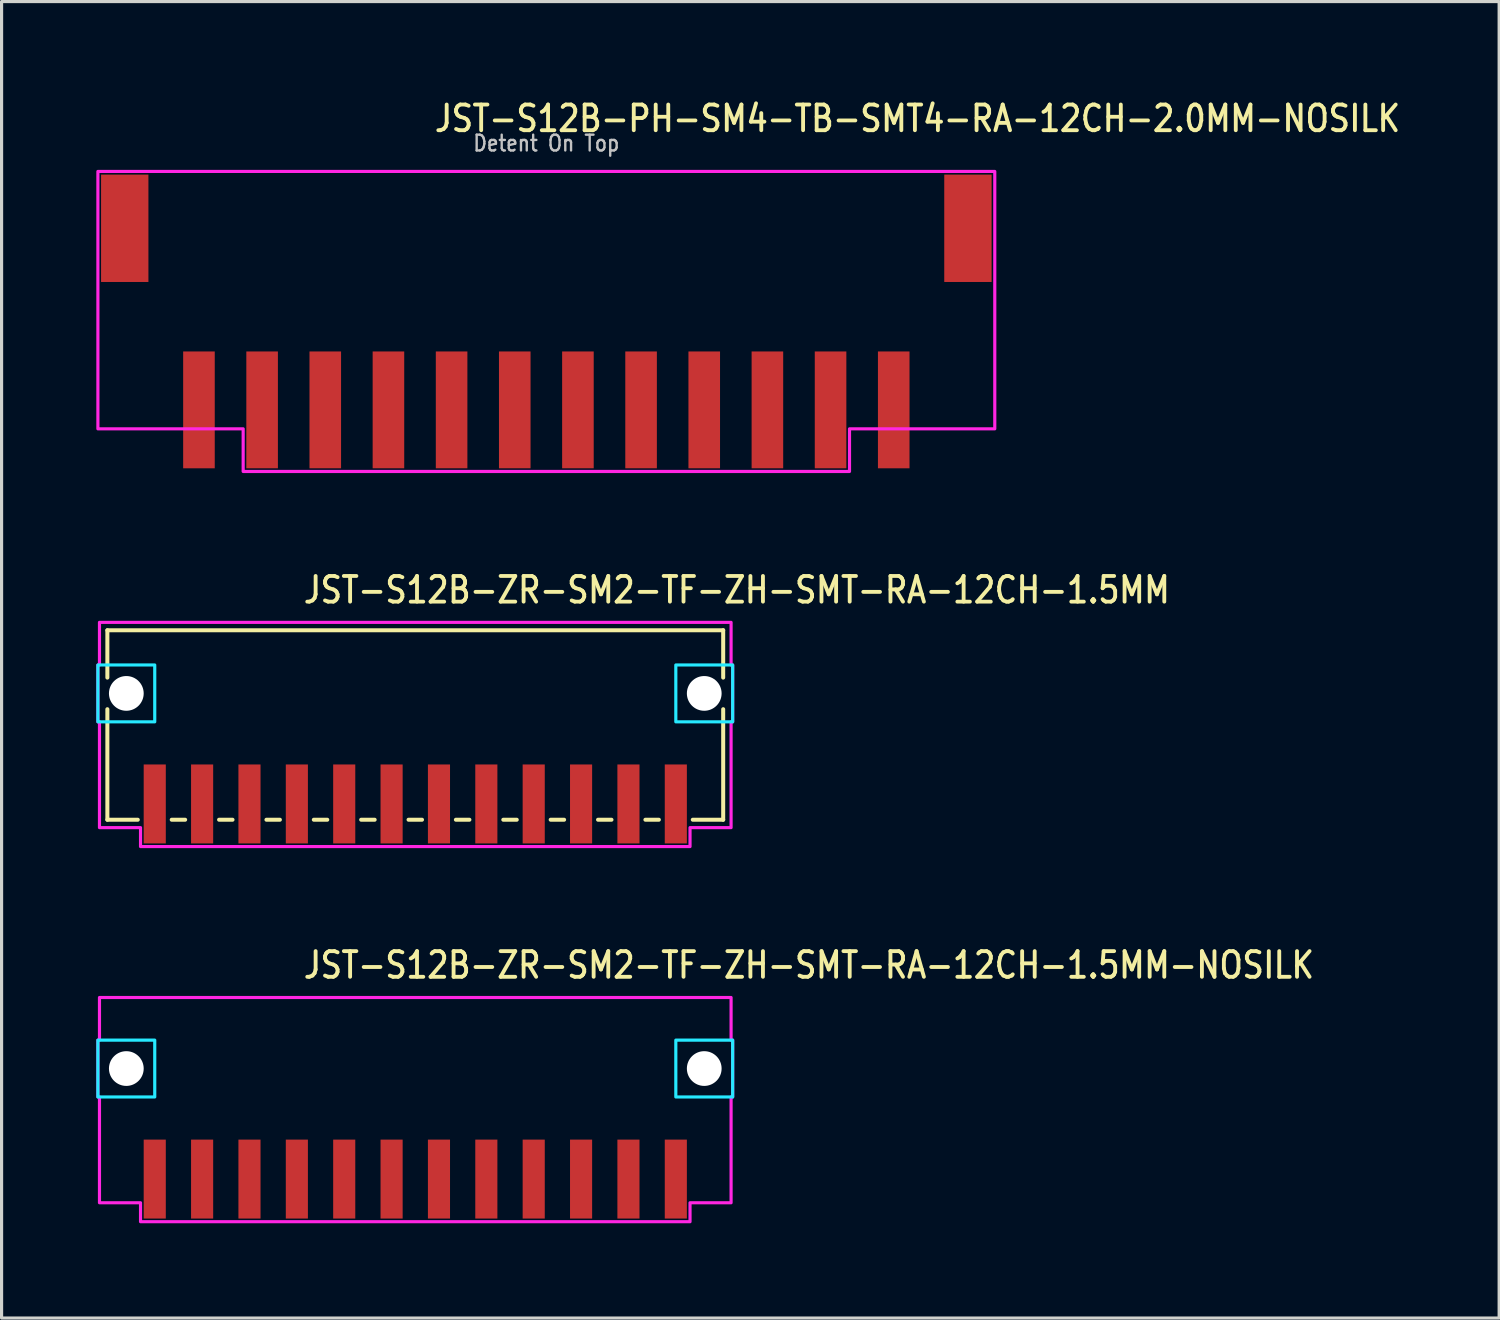
<source format=kicad_pcb>
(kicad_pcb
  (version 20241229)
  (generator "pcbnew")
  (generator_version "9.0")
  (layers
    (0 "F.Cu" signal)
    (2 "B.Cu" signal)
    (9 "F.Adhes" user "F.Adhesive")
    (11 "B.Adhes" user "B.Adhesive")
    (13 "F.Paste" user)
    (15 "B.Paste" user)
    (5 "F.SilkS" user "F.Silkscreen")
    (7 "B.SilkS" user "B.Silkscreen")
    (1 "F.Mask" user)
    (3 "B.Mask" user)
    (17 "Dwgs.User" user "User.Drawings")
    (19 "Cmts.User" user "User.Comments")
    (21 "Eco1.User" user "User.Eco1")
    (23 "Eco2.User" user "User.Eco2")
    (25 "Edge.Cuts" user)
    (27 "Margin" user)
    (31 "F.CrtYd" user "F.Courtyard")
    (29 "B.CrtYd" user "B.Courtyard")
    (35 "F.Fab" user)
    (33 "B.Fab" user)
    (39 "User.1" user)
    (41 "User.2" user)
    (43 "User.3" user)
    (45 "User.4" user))
  (footprint "JST-S12B-ZR-SM2-TF-ZH-SMT-RA-12CH-1.5MM"
    (layer "F.Cu")
    (at 10.1 18.907)
    (property "Reference" "JST-S12B-ZR-SM2-TF-ZH-SMT-RA-12CH-1.5MM" (at -3.6 -2.8 0) (unlocked yes) (layer "F.SilkS") (effects (font (size 0.813 0.695) (thickness 0.122)) (justify left bottom)))
    (fp_line (start -9.75 -2) (end -9.75 -0.5) (stroke (width 0.127) (type solid)) (layer "F.SilkS"))
    (fp_line (start -9.75 -2) (end 9.75 -2) (stroke (width 0.127) (type solid)) (layer "F.SilkS"))
    (fp_line (start -9.75 4) (end -9.75 0.5) (stroke (width 0.127) (type solid)) (layer "F.SilkS"))
    (fp_line (start -9.75 4) (end -8.787 4) (stroke (width 0.127) (type solid)) (layer "F.SilkS"))
    (fp_line (start -7.713 4) (end -7.287 4) (stroke (width 0.127) (type solid)) (layer "F.SilkS"))
    (fp_line (start -6.213 4) (end -5.787 4) (stroke (width 0.127) (type solid)) (layer "F.SilkS"))
    (fp_line (start -4.713 4) (end -4.287 4) (stroke (width 0.127) (type solid)) (layer "F.SilkS"))
    (fp_line (start -3.213 4) (end -2.787 4) (stroke (width 0.127) (type solid)) (layer "F.SilkS"))
    (fp_line (start -1.714 4) (end -1.286 4) (stroke (width 0.127) (type solid)) (layer "F.SilkS"))
    (fp_line (start -0.213 4) (end 0.213 4) (stroke (width 0.127) (type solid)) (layer "F.SilkS"))
    (fp_line (start 1.286 4) (end 1.714 4) (stroke (width 0.127) (type solid)) (layer "F.SilkS"))
    (fp_line (start 2.787 4) (end 3.213 4) (stroke (width 0.127) (type solid)) (layer "F.SilkS"))
    (fp_line (start 4.287 4) (end 4.713 4) (stroke (width 0.127) (type solid)) (layer "F.SilkS"))
    (fp_line (start 5.787 4) (end 6.213 4) (stroke (width 0.127) (type solid)) (layer "F.SilkS"))
    (fp_line (start 7.287 4) (end 7.713 4) (stroke (width 0.127) (type solid)) (layer "F.SilkS"))
    (fp_line (start 8.787 4) (end 9.75 4) (stroke (width 0.127) (type solid)) (layer "F.SilkS"))
    (fp_line (start 9.75 -0.5) (end 9.75 -2) (stroke (width 0.127) (type solid)) (layer "F.SilkS"))
    (fp_line (start 9.75 0.5) (end 9.75 4) (stroke (width 0.127) (type solid)) (layer "F.SilkS"))
    (fp_poly (pts (xy -10.05 -0.9) (xy -10.05 0.9) (xy -8.25 0.9) (xy -8.25 -0.9)) (stroke (width 0.1) (type solid)) (fill no) (layer "B.CrtYd"))
    (fp_poly (pts (xy 10.05 -0.9) (xy 10.05 0.9) (xy 8.25 0.9) (xy 8.25 -0.9)) (stroke (width 0.1) (type solid)) (fill no) (layer "B.CrtYd"))
    (fp_poly (pts (xy -10 -2.25) (xy -10 -0.9) (xy -10.05 -0.9) (xy -10.05 0.9) (xy -10 0.9) (xy -10 4.25) (xy -8.7 4.25) (xy -8.7 4.85) (xy 8.7 4.85) (xy 8.7 4.25) (xy 10 4.25) (xy 10 0.9) (xy 10.05 0.9) (xy 10.05 -0.9) (xy 10 -0.9) (xy 10 -2.25)) (stroke (width 0.1) (type solid)) (fill no) (layer "F.CrtYd"))
    (pad "" np_thru_hole circle (at -9.15 0) (size 1.1 1.1) (drill 1.1) (layers "*.Cu" "*.Mask"))
    (pad "" np_thru_hole circle (at 9.15 0) (size 1.1 1.1) (drill 1.1) (layers "*.Cu" "*.Mask"))
    (pad "1" smd rect (at 8.25 3.5) (size 0.7 2.5) (layers "F.Cu" "F.Mask" "F.Paste"))
    (pad "2" smd rect (at 6.75 3.5) (size 0.7 2.5) (layers "F.Cu" "F.Mask" "F.Paste"))
    (pad "3" smd rect (at 5.25 3.5) (size 0.7 2.5) (layers "F.Cu" "F.Mask" "F.Paste"))
    (pad "4" smd rect (at 3.75 3.5) (size 0.7 2.5) (layers "F.Cu" "F.Mask" "F.Paste"))
    (pad "5" smd rect (at 2.25 3.5) (size 0.7 2.5) (layers "F.Cu" "F.Mask" "F.Paste"))
    (pad "6" smd rect (at 0.75 3.5) (size 0.7 2.5) (layers "F.Cu" "F.Mask" "F.Paste"))
    (pad "7" smd rect (at -0.75 3.5) (size 0.7 2.5) (layers "F.Cu" "F.Mask" "F.Paste"))
    (pad "8" smd rect (at -2.25 3.5) (size 0.7 2.5) (layers "F.Cu" "F.Mask" "F.Paste"))
    (pad "9" smd rect (at -3.75 3.5) (size 0.7 2.5) (layers "F.Cu" "F.Mask" "F.Paste"))
    (pad "10" smd rect (at -5.25 3.5) (size 0.7 2.5) (layers "F.Cu" "F.Mask" "F.Paste"))
    (pad "11" smd rect (at -6.75 3.5) (size 0.7 2.5) (layers "F.Cu" "F.Mask" "F.Paste"))
    (pad "12" smd rect (at -8.25 3.5) (size 0.7 2.5) (layers "F.Cu" "F.Mask" "F.Paste")))
  (footprint "JST-S12B-PH-SM4-TB-SMT4-RA-12CH-2.0MM-NOSILK"
    (layer "F.Cu")
    (at 14.25 4.179)
    (property "Reference" "JST-S12B-PH-SM4-TB-SMT4-RA-12CH-2.0MM-NOSILK" (at -3.6 -3 0) (unlocked yes) (layer "F.SilkS") (effects (font (size 0.813 0.695) (thickness 0.122)) (justify left bottom)))
    (fp_poly (pts (xy -14.2 -1.8) (xy -14.2 6.35) (xy -9.6 6.35) (xy -9.6 7.7) (xy 9.6 7.7) (xy 9.6 6.35) (xy 14.2 6.35) (xy 14.2 -1.8)) (stroke (width 0.1) (type solid)) (fill no) (layer "F.CrtYd"))
    (fp_text user "Detent On Top" (at 0 -2.4 0) (unlocked yes) (layer "Dwgs.User") (effects (font (size 0.5 0.427) (thickness 0.075)) (justify bottom)))
    (pad "1" smd rect (at 11 5.75) (size 1 3.7) (layers "F.Cu" "F.Mask" "F.Paste"))
    (pad "2" smd rect (at 9 5.75) (size 1 3.7) (layers "F.Cu" "F.Mask" "F.Paste"))
    (pad "3" smd rect (at 7 5.75) (size 1 3.7) (layers "F.Cu" "F.Mask" "F.Paste"))
    (pad "4" smd rect (at 5 5.75) (size 1 3.7) (layers "F.Cu" "F.Mask" "F.Paste"))
    (pad "5" smd rect (at 3 5.75) (size 1 3.7) (layers "F.Cu" "F.Mask" "F.Paste"))
    (pad "6" smd rect (at 1 5.75) (size 1 3.7) (layers "F.Cu" "F.Mask" "F.Paste"))
    (pad "7" smd rect (at -1 5.75) (size 1 3.7) (layers "F.Cu" "F.Mask" "F.Paste"))
    (pad "8" smd rect (at -3 5.75) (size 1 3.7) (layers "F.Cu" "F.Mask" "F.Paste"))
    (pad "9" smd rect (at -5 5.75) (size 1 3.7) (layers "F.Cu" "F.Mask" "F.Paste"))
    (pad "10" smd rect (at -7 5.75) (size 1 3.7) (layers "F.Cu" "F.Mask" "F.Paste"))
    (pad "11" smd rect (at -9 5.75) (size 1 3.7) (layers "F.Cu" "F.Mask" "F.Paste"))
    (pad "12" smd rect (at -11 5.75) (size 1 3.7) (layers "F.Cu" "F.Mask" "F.Paste"))
    (pad "S_1" smd rect (at -13.35 0) (size 1.5 3.4) (layers "F.Cu" "F.Mask" "F.Paste"))
    (pad "S_2" smd rect (at 13.35 0) (size 1.5 3.4) (layers "F.Cu" "F.Mask" "F.Paste")))
  (footprint "JST-S12B-ZR-SM2-TF-ZH-SMT-RA-12CH-1.5MM-NOSILK"
    (layer "F.Cu")
    (at 10.1 30.786)
    (property "Reference" "JST-S12B-ZR-SM2-TF-ZH-SMT-RA-12CH-1.5MM-NOSILK" (at -3.6 -2.8 0) (unlocked yes) (layer "F.SilkS") (effects (font (size 0.813 0.695) (thickness 0.122)) (justify left bottom)))
    (fp_poly (pts (xy -10.05 -0.9) (xy -10.05 0.9) (xy -8.25 0.9) (xy -8.25 -0.9)) (stroke (width 0.1) (type solid)) (fill no) (layer "B.CrtYd"))
    (fp_poly (pts (xy 10.05 -0.9) (xy 10.05 0.9) (xy 8.25 0.9) (xy 8.25 -0.9)) (stroke (width 0.1) (type solid)) (fill no) (layer "B.CrtYd"))
    (fp_poly (pts (xy -10 -2.25) (xy -10 -0.9) (xy -10.05 -0.9) (xy -10.05 0.9) (xy -10 0.9) (xy -10 4.25) (xy -8.7 4.25) (xy -8.7 4.85) (xy 8.7 4.85) (xy 8.7 4.25) (xy 10 4.25) (xy 10 0.9) (xy 10.05 0.9) (xy 10.05 -0.9) (xy 10 -0.9) (xy 10 -2.25)) (stroke (width 0.1) (type solid)) (fill no) (layer "F.CrtYd"))
    (pad "" np_thru_hole circle (at -9.15 0) (size 1.1 1.1) (drill 1.1) (layers "*.Cu" "*.Mask"))
    (pad "" np_thru_hole circle (at 9.15 0) (size 1.1 1.1) (drill 1.1) (layers "*.Cu" "*.Mask"))
    (pad "1" smd rect (at 8.25 3.5) (size 0.7 2.5) (layers "F.Cu" "F.Mask" "F.Paste"))
    (pad "2" smd rect (at 6.75 3.5) (size 0.7 2.5) (layers "F.Cu" "F.Mask" "F.Paste"))
    (pad "3" smd rect (at 5.25 3.5) (size 0.7 2.5) (layers "F.Cu" "F.Mask" "F.Paste"))
    (pad "4" smd rect (at 3.75 3.5) (size 0.7 2.5) (layers "F.Cu" "F.Mask" "F.Paste"))
    (pad "5" smd rect (at 2.25 3.5) (size 0.7 2.5) (layers "F.Cu" "F.Mask" "F.Paste"))
    (pad "6" smd rect (at 0.75 3.5) (size 0.7 2.5) (layers "F.Cu" "F.Mask" "F.Paste"))
    (pad "7" smd rect (at -0.75 3.5) (size 0.7 2.5) (layers "F.Cu" "F.Mask" "F.Paste"))
    (pad "8" smd rect (at -2.25 3.5) (size 0.7 2.5) (layers "F.Cu" "F.Mask" "F.Paste"))
    (pad "9" smd rect (at -3.75 3.5) (size 0.7 2.5) (layers "F.Cu" "F.Mask" "F.Paste"))
    (pad "10" smd rect (at -5.25 3.5) (size 0.7 2.5) (layers "F.Cu" "F.Mask" "F.Paste"))
    (pad "11" smd rect (at -6.75 3.5) (size 0.7 2.5) (layers "F.Cu" "F.Mask" "F.Paste"))
    (pad "12" smd rect (at -8.25 3.5) (size 0.7 2.5) (layers "F.Cu" "F.Mask" "F.Paste")))
  (gr_rect
    (start -3 -3)
    (end 44.421 38.686)
    (stroke (width 0.1) (type default))
    (fill no)
    (layer "Edge.Cuts")))
</source>
